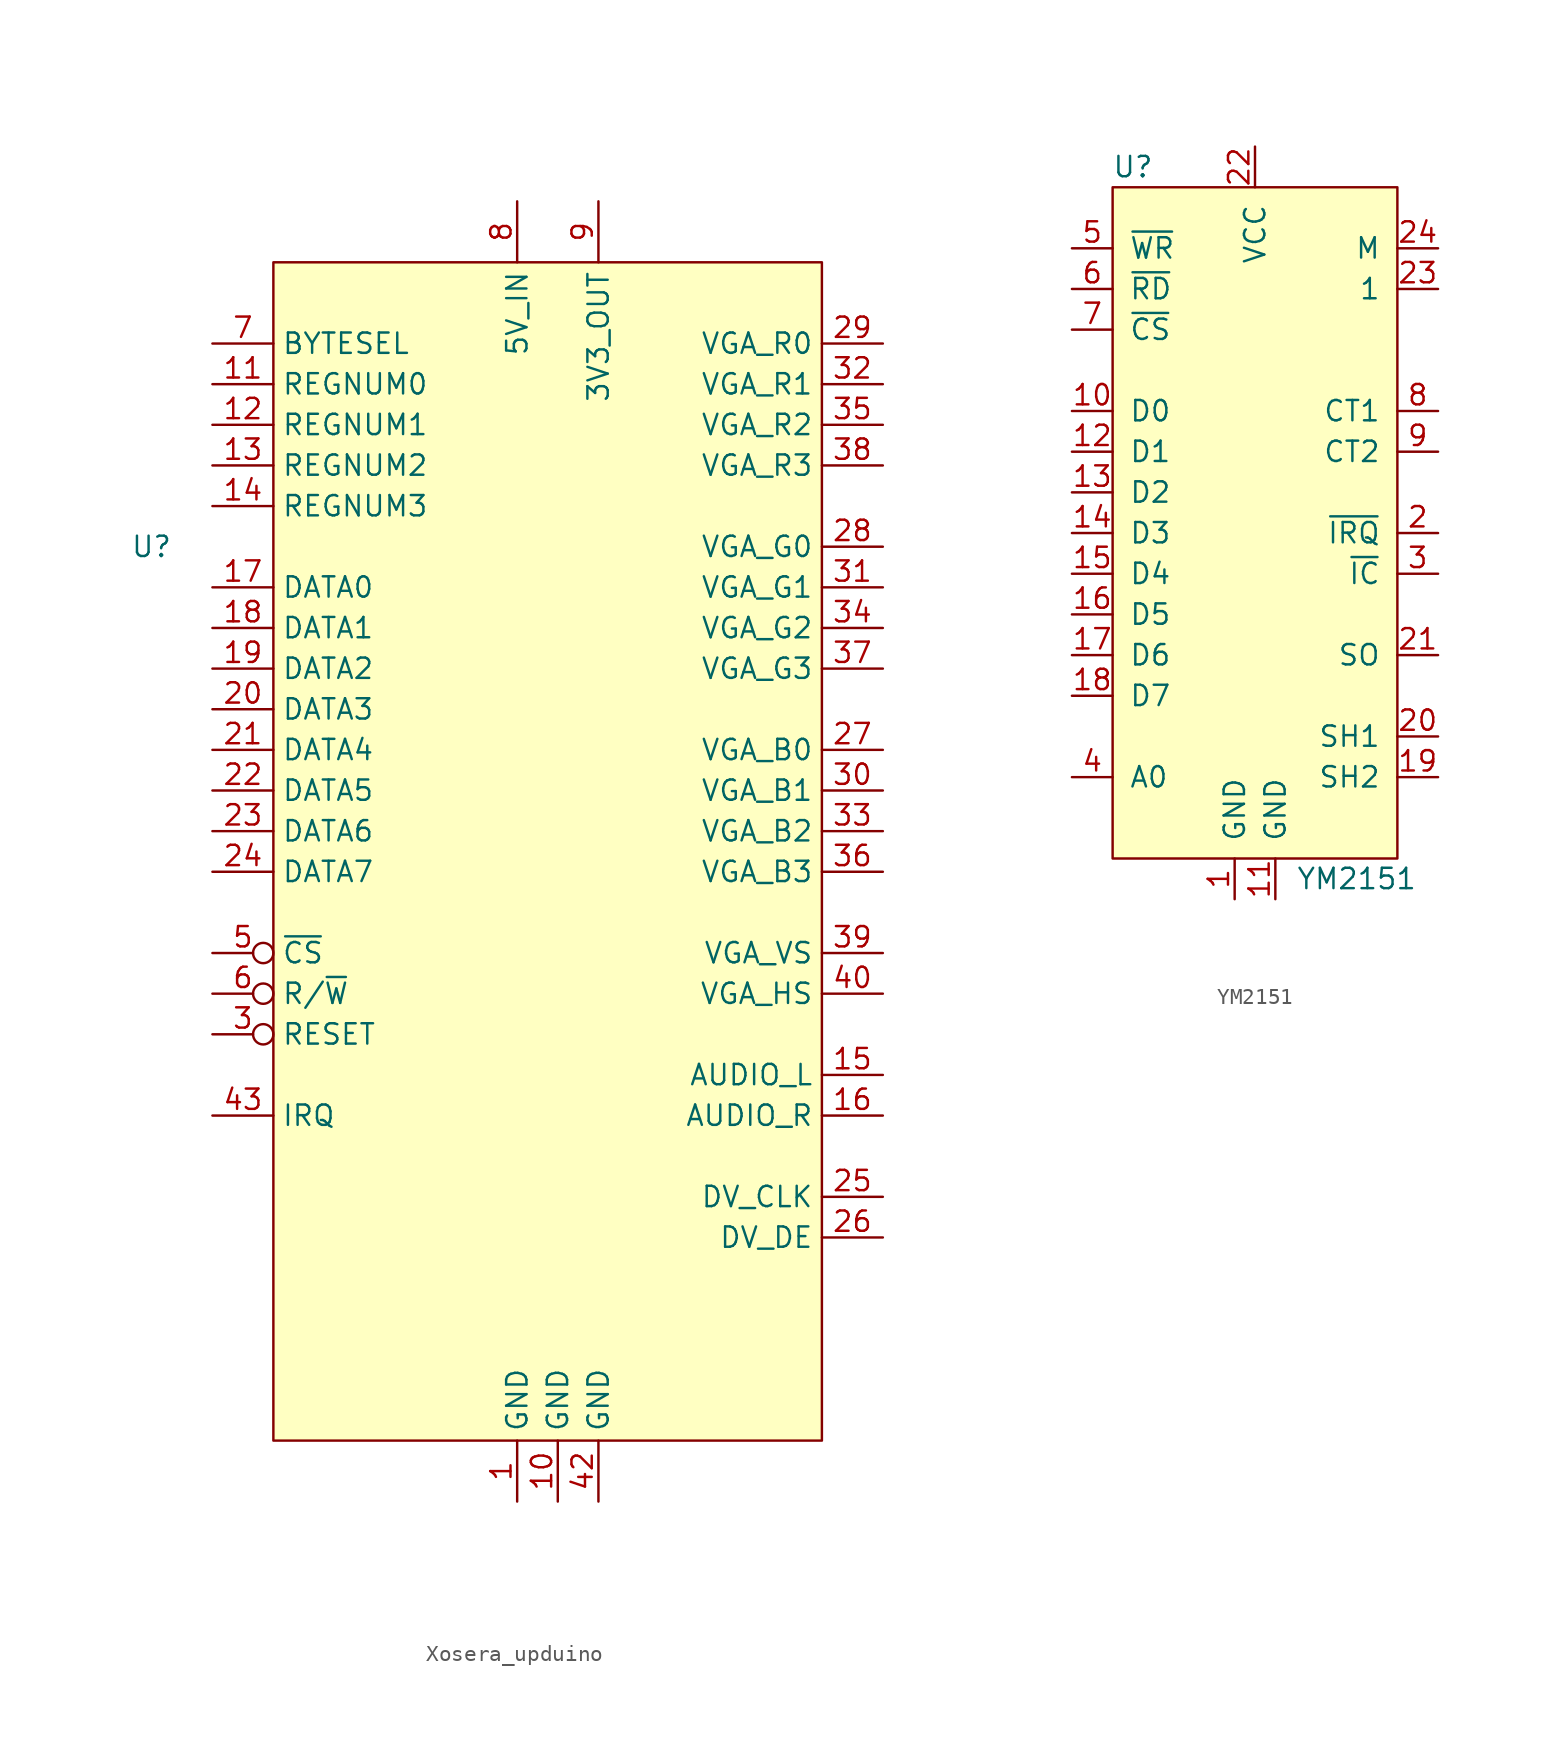
<source format=kicad_sym>
(kicad_symbol_lib
  (version 20220914)
  (generator kicad_symbol_editor)
  (symbol "Xosera_upduino"
    (property "Reference" "U"
      (at -25.4 0 0)
      (effects (font (size 1.27 1.27))))
    (property "Value" ""
      (at -25.4 0 0)
      (effects (font (size 1.27 1.27))))
    (symbol "Xosera_upduino_1_1"
      (rectangle (start -17.78 17.78) (end 16.51 -55.88) (stroke (width 0) (type default)) (fill (type background)))
      (pin power_in line (at -2.54 -59.69 90) (length 3.81) (name "GND" (effects (font (size 1.27 1.27)))) (number "1" (effects (font (size 1.27 1.27)))))
      (pin power_in line (at 0 -59.69 90) (length 3.81) (name "GND" (effects (font (size 1.27 1.27)))) (number "10" (effects (font (size 1.27 1.27)))))
      (pin input line (at -21.59 10.16 0) (length 3.81) (name "REGNUM0" (effects (font (size 1.27 1.27)))) (number "11" (effects (font (size 1.27 1.27)))))
      (pin input line (at -21.59 7.62 0) (length 3.81) (name "REGNUM1" (effects (font (size 1.27 1.27)))) (number "12" (effects (font (size 1.27 1.27)))))
      (pin input line (at -21.59 5.08 0) (length 3.81) (name "REGNUM2" (effects (font (size 1.27 1.27)))) (number "13" (effects (font (size 1.27 1.27)))))
      (pin input line (at -21.59 2.54 0) (length 3.81) (name "REGNUM3" (effects (font (size 1.27 1.27)))) (number "14" (effects (font (size 1.27 1.27)))))
      (pin output line (at 20.32 -33.02 180) (length 3.81) (name "AUDIO_L" (effects (font (size 1.27 1.27)))) (number "15" (effects (font (size 1.27 1.27)))))
      (pin output line (at 20.32 -35.56 180) (length 3.81) (name "AUDIO_R" (effects (font (size 1.27 1.27)))) (number "16" (effects (font (size 1.27 1.27)))))
      (pin bidirectional line (at -21.59 -2.54 0) (length 3.81) (name "DATA0" (effects (font (size 1.27 1.27)))) (number "17" (effects (font (size 1.27 1.27)))))
      (pin bidirectional line (at -21.59 -5.08 0) (length 3.81) (name "DATA1" (effects (font (size 1.27 1.27)))) (number "18" (effects (font (size 1.27 1.27)))))
      (pin bidirectional line (at -21.59 -7.62 0) (length 3.81) (name "DATA2" (effects (font (size 1.27 1.27)))) (number "19" (effects (font (size 1.27 1.27)))))
      (pin no_connect line (at -21.59 -40.64 0) (length 3.81) hide (name "NC" (effects (font (size 1.27 1.27)))) (number "2" (effects (font (size 1.27 1.27)))))
      (pin bidirectional line (at -21.59 -10.16 0) (length 3.81) (name "DATA3" (effects (font (size 1.27 1.27)))) (number "20" (effects (font (size 1.27 1.27)))))
      (pin bidirectional line (at -21.59 -12.7 0) (length 3.81) (name "DATA4" (effects (font (size 1.27 1.27)))) (number "21" (effects (font (size 1.27 1.27)))))
      (pin bidirectional line (at -21.59 -15.24 0) (length 3.81) (name "DATA5" (effects (font (size 1.27 1.27)))) (number "22" (effects (font (size 1.27 1.27)))))
      (pin bidirectional line (at -21.59 -17.78 0) (length 3.81) (name "DATA6" (effects (font (size 1.27 1.27)))) (number "23" (effects (font (size 1.27 1.27)))))
      (pin bidirectional line (at -21.59 -20.32 0) (length 3.81) (name "DATA7" (effects (font (size 1.27 1.27)))) (number "24" (effects (font (size 1.27 1.27)))))
      (pin output line (at 20.32 -40.64 180) (length 3.81) (name "DV_CLK" (effects (font (size 1.27 1.27)))) (number "25" (effects (font (size 1.27 1.27)))))
      (pin output line (at 20.32 -43.18 180) (length 3.81) (name "DV_DE" (effects (font (size 1.27 1.27)))) (number "26" (effects (font (size 1.27 1.27)))))
      (pin output line (at 20.32 -12.7 180) (length 3.81) (name "VGA_B0" (effects (font (size 1.27 1.27)))) (number "27" (effects (font (size 1.27 1.27)))))
      (pin output line (at 20.32 0 180) (length 3.81) (name "VGA_G0" (effects (font (size 1.27 1.27)))) (number "28" (effects (font (size 1.27 1.27)))))
      (pin output line (at 20.32 12.7 180) (length 3.81) (name "VGA_R0" (effects (font (size 1.27 1.27)))) (number "29" (effects (font (size 1.27 1.27)))))
      (pin input inverted (at -21.59 -30.48 0) (length 3.81) (name "RESET" (effects (font (size 1.27 1.27)))) (number "3" (effects (font (size 1.27 1.27)))))
      (pin output line (at 20.32 -15.24 180) (length 3.81) (name "VGA_B1" (effects (font (size 1.27 1.27)))) (number "30" (effects (font (size 1.27 1.27)))))
      (pin output line (at 20.32 -2.54 180) (length 3.81) (name "VGA_G1" (effects (font (size 1.27 1.27)))) (number "31" (effects (font (size 1.27 1.27)))))
      (pin output line (at 20.32 10.16 180) (length 3.81) (name "VGA_R1" (effects (font (size 1.27 1.27)))) (number "32" (effects (font (size 1.27 1.27)))))
      (pin output line (at 20.32 -17.78 180) (length 3.81) (name "VGA_B2" (effects (font (size 1.27 1.27)))) (number "33" (effects (font (size 1.27 1.27)))))
      (pin output line (at 20.32 -5.08 180) (length 3.81) (name "VGA_G2" (effects (font (size 1.27 1.27)))) (number "34" (effects (font (size 1.27 1.27)))))
      (pin output line (at 20.32 7.62 180) (length 3.81) (name "VGA_R2" (effects (font (size 1.27 1.27)))) (number "35" (effects (font (size 1.27 1.27)))))
      (pin output line (at 20.32 -20.32 180) (length 3.81) (name "VGA_B3" (effects (font (size 1.27 1.27)))) (number "36" (effects (font (size 1.27 1.27)))))
      (pin output line (at 20.32 -7.62 180) (length 3.81) (name "VGA_G3" (effects (font (size 1.27 1.27)))) (number "37" (effects (font (size 1.27 1.27)))))
      (pin output line (at 20.32 5.08 180) (length 3.81) (name "VGA_R3" (effects (font (size 1.27 1.27)))) (number "38" (effects (font (size 1.27 1.27)))))
      (pin output line (at 20.32 -25.4 180) (length 3.81) (name "VGA_VS" (effects (font (size 1.27 1.27)))) (number "39" (effects (font (size 1.27 1.27)))))
      (pin no_connect line (at -21.59 -43.18 0) (length 3.81) hide (name "NC" (effects (font (size 1.27 1.27)))) (number "4" (effects (font (size 1.27 1.27)))))
      (pin output line (at 20.32 -27.94 180) (length 3.81) (name "VGA_HS" (effects (font (size 1.27 1.27)))) (number "40" (effects (font (size 1.27 1.27)))))
      (pin no_connect line (at -21.59 -45.72 0) (length 3.81) hide (name "NC" (effects (font (size 1.27 1.27)))) (number "41" (effects (font (size 1.27 1.27)))))
      (pin power_in line (at 2.54 -59.69 90) (length 3.81) (name "GND" (effects (font (size 1.27 1.27)))) (number "42" (effects (font (size 1.27 1.27)))))
      (pin output line (at -21.59 -35.56 0) (length 3.81) (name "IRQ" (effects (font (size 1.27 1.27)))) (number "43" (effects (font (size 1.27 1.27)))))
      (pin no_connect line (at -21.59 -48.26 0) (length 3.81) hide (name "NC" (effects (font (size 1.27 1.27)))) (number "44" (effects (font (size 1.27 1.27)))))
      (pin no_connect line (at -21.59 -50.8 0) (length 3.81) hide (name "NC" (effects (font (size 1.27 1.27)))) (number "45" (effects (font (size 1.27 1.27)))))
      (pin no_connect line (at 20.32 -48.26 180) (length 3.81) hide (name "NC" (effects (font (size 1.27 1.27)))) (number "46" (effects (font (size 1.27 1.27)))))
      (pin no_connect line (at 20.32 -50.8 180) (length 3.81) hide (name "NC" (effects (font (size 1.27 1.27)))) (number "47" (effects (font (size 1.27 1.27)))))
      (pin no_connect line (at 20.32 -53.34 180) (length 3.81) hide (name "NC" (effects (font (size 1.27 1.27)))) (number "48" (effects (font (size 1.27 1.27)))))
      (pin input inverted (at -21.59 -25.4 0) (length 3.81) (name "~{CS}" (effects (font (size 1.27 1.27)))) (number "5" (effects (font (size 1.27 1.27)))))
      (pin input inverted (at -21.59 -27.94 0) (length 3.81) (name "R/~{W}" (effects (font (size 1.27 1.27)))) (number "6" (effects (font (size 1.27 1.27)))))
      (pin input line (at -21.59 12.7 0) (length 3.81) (name "BYTESEL" (effects (font (size 1.27 1.27)))) (number "7" (effects (font (size 1.27 1.27)))))
      (pin power_in line (at -2.54 21.59 270) (length 3.81) (name "5V_IN" (effects (font (size 1.27 1.27)))) (number "8" (effects (font (size 1.27 1.27)))))
      (pin power_out line (at 2.54 21.59 270) (length 3.81) (name "3V3_OUT" (effects (font (size 1.27 1.27)))) (number "9" (effects (font (size 1.27 1.27)))))))
  (symbol "YM2151"
    (pin_names
      (offset 1.016))
    (property "Reference" "U"
      (at -7.62 22.86 0)
      (effects (font (size 1.27 1.27))))
    (property "Value" "YM2151"
      (at 6.35 -21.59 0)
      (effects (font (size 1.27 1.27))))
    (symbol "YM2151_0_1"
      (rectangle (start -8.89 21.59) (end 8.89 -20.32) (stroke (width 0) (type default)) (fill (type background))))
    (symbol "YM2151_1_1"
      (pin power_in line (at -1.27 -22.86 90) (length 2.54) (name "GND" (effects (font (size 1.27 1.27)))) (number "1" (effects (font (size 1.27 1.27)))))
      (pin bidirectional line (at -11.43 7.62 0) (length 2.54) (name "D0" (effects (font (size 1.27 1.27)))) (number "10" (effects (font (size 1.27 1.27)))))
      (pin power_in line (at 1.27 -22.86 90) (length 2.54) (name "GND" (effects (font (size 1.27 1.27)))) (number "11" (effects (font (size 1.27 1.27)))))
      (pin bidirectional line (at -11.43 5.08 0) (length 2.54) (name "D1" (effects (font (size 1.27 1.27)))) (number "12" (effects (font (size 1.27 1.27)))))
      (pin bidirectional line (at -11.43 2.54 0) (length 2.54) (name "D2" (effects (font (size 1.27 1.27)))) (number "13" (effects (font (size 1.27 1.27)))))
      (pin bidirectional line (at -11.43 0 0) (length 2.54) (name "D3" (effects (font (size 1.27 1.27)))) (number "14" (effects (font (size 1.27 1.27)))))
      (pin bidirectional line (at -11.43 -2.54 0) (length 2.54) (name "D4" (effects (font (size 1.27 1.27)))) (number "15" (effects (font (size 1.27 1.27)))))
      (pin bidirectional line (at -11.43 -5.08 0) (length 2.54) (name "D5" (effects (font (size 1.27 1.27)))) (number "16" (effects (font (size 1.27 1.27)))))
      (pin bidirectional line (at -11.43 -7.62 0) (length 2.54) (name "D6" (effects (font (size 1.27 1.27)))) (number "17" (effects (font (size 1.27 1.27)))))
      (pin bidirectional line (at -11.43 -10.16 0) (length 2.54) (name "D7" (effects (font (size 1.27 1.27)))) (number "18" (effects (font (size 1.27 1.27)))))
      (pin output line (at 11.43 -15.24 180) (length 2.54) (name "SH2" (effects (font (size 1.27 1.27)))) (number "19" (effects (font (size 1.27 1.27)))))
      (pin output line (at 11.43 0 180) (length 2.54) (name "~{IRQ}" (effects (font (size 1.27 1.27)))) (number "2" (effects (font (size 1.27 1.27)))))
      (pin output line (at 11.43 -12.7 180) (length 2.54) (name "SH1" (effects (font (size 1.27 1.27)))) (number "20" (effects (font (size 1.27 1.27)))))
      (pin output line (at 11.43 -7.62 180) (length 2.54) (name "SO" (effects (font (size 1.27 1.27)))) (number "21" (effects (font (size 1.27 1.27)))))
      (pin power_in line (at 0 24.13 270) (length 2.54) (name "VCC" (effects (font (size 1.27 1.27)))) (number "22" (effects (font (size 1.27 1.27)))))
      (pin output line (at 11.43 15.24 180) (length 2.54) (name "1" (effects (font (size 1.27 1.27)))) (number "23" (effects (font (size 1.27 1.27)))))
      (pin input line (at 11.43 17.78 180) (length 2.54) (name "M" (effects (font (size 1.27 1.27)))) (number "24" (effects (font (size 1.27 1.27)))))
      (pin input line (at 11.43 -2.54 180) (length 2.54) (name "~{IC}" (effects (font (size 1.27 1.27)))) (number "3" (effects (font (size 1.27 1.27)))))
      (pin input line (at -11.43 -15.24 0) (length 2.54) (name "A0" (effects (font (size 1.27 1.27)))) (number "4" (effects (font (size 1.27 1.27)))))
      (pin input line (at -11.43 17.78 0) (length 2.54) (name "~{WR}" (effects (font (size 1.27 1.27)))) (number "5" (effects (font (size 1.27 1.27)))))
      (pin input line (at -11.43 15.24 0) (length 2.54) (name "~{RD}" (effects (font (size 1.27 1.27)))) (number "6" (effects (font (size 1.27 1.27)))))
      (pin input line (at -11.43 12.7 0) (length 2.54) (name "~{CS}" (effects (font (size 1.27 1.27)))) (number "7" (effects (font (size 1.27 1.27)))))
      (pin output line (at 11.43 7.62 180) (length 2.54) (name "CT1" (effects (font (size 1.27 1.27)))) (number "8" (effects (font (size 1.27 1.27)))))
      (pin output line (at 11.43 5.08 180) (length 2.54) (name "CT2" (effects (font (size 1.27 1.27)))) (number "9" (effects (font (size 1.27 1.27))))))))
</source>
